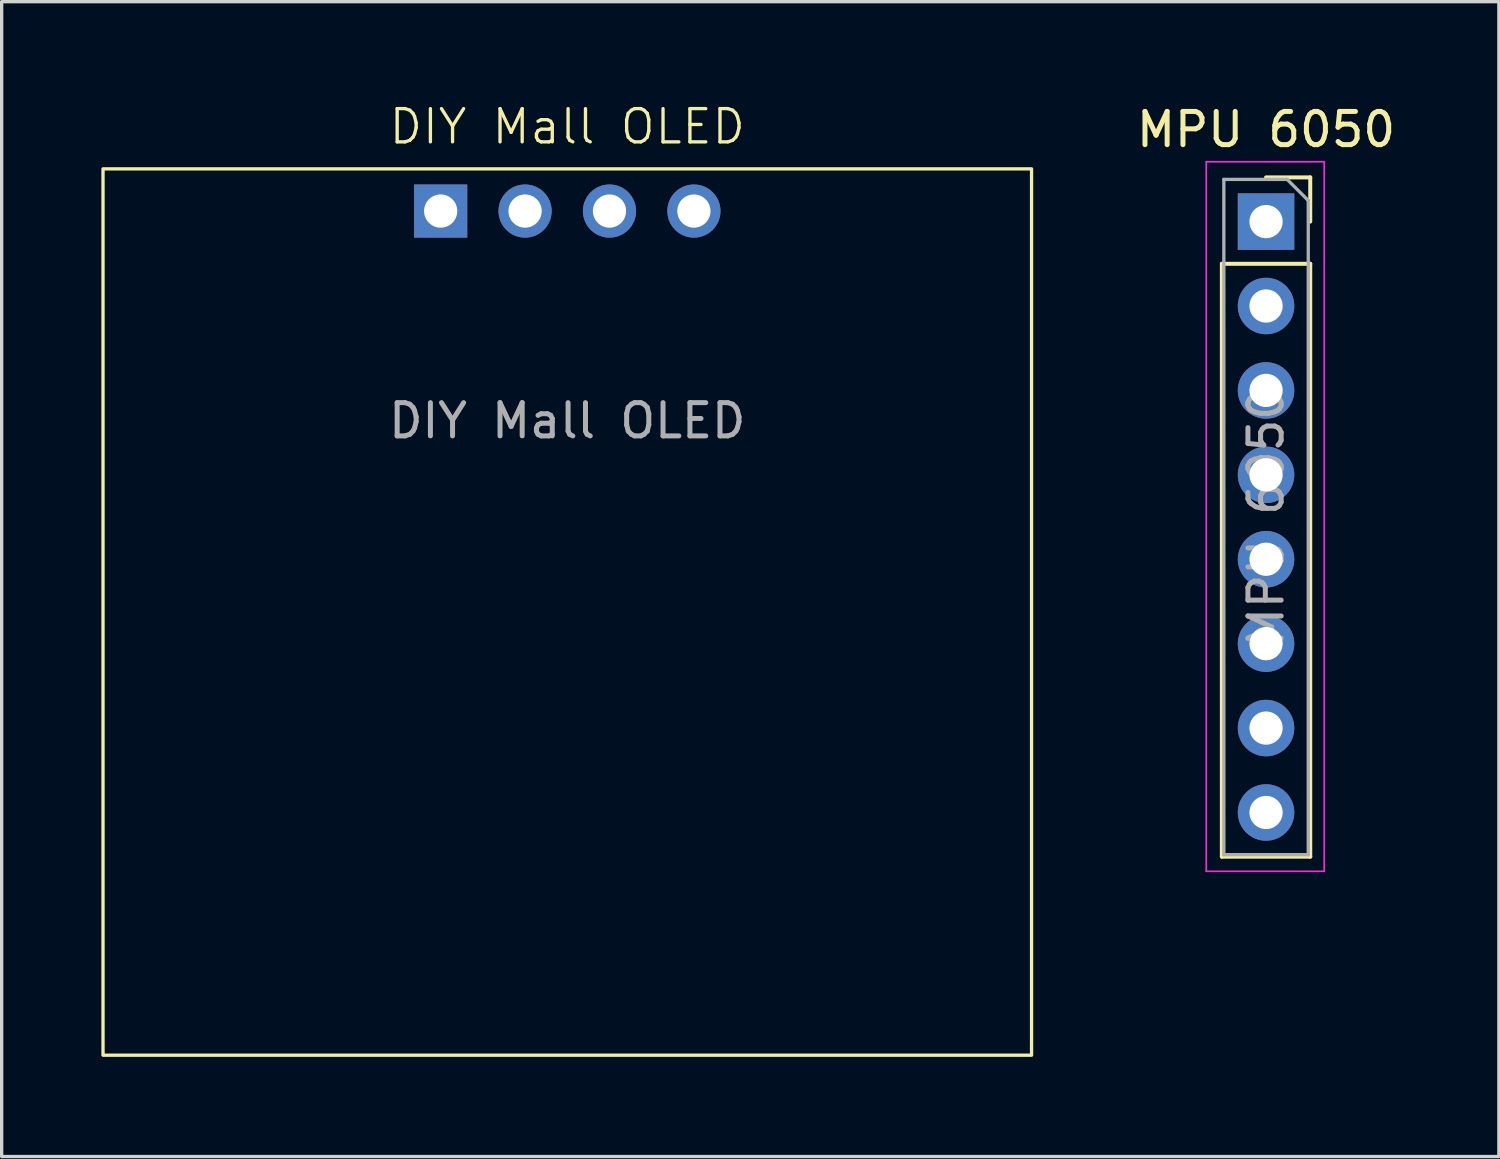
<source format=kicad_pcb>
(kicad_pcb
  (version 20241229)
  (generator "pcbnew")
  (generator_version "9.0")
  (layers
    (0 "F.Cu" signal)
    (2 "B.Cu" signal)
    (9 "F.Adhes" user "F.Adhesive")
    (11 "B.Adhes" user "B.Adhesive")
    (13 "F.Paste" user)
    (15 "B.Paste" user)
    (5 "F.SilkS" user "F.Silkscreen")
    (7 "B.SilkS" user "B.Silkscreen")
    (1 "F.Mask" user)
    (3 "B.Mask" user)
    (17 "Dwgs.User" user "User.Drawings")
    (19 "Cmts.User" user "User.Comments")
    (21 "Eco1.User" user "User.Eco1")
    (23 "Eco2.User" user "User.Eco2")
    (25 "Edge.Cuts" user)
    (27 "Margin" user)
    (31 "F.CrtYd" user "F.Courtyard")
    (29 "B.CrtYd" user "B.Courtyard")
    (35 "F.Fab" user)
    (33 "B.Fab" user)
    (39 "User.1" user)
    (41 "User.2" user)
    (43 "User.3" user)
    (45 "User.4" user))
  (footprint "MPU 6050"
    (layer "F.Cu")
    (at 35.046 3.618)
    (property "Reference" "MPU 6050" (at 0 -2.77 0) (layer "F.SilkS") (effects (font (size 1 1) (thickness 0.15))))
    (attr through_hole)
    (fp_line (start -1.33 1.27) (end -1.33 19.11) (stroke (width 0.12) (type solid)) (layer "F.SilkS"))
    (fp_line (start -1.33 1.27) (end 1.33 1.27) (stroke (width 0.12) (type solid)) (layer "F.SilkS"))
    (fp_line (start -1.33 19.11) (end 1.33 19.11) (stroke (width 0.12) (type solid)) (layer "F.SilkS"))
    (fp_line (start 0 -1.33) (end 1.33 -1.33) (stroke (width 0.12) (type solid)) (layer "F.SilkS"))
    (fp_line (start 1.33 -1.33) (end 1.33 0) (stroke (width 0.12) (type solid)) (layer "F.SilkS"))
    (fp_line (start 1.33 1.27) (end 1.33 19.11) (stroke (width 0.12) (type solid)) (layer "F.SilkS"))
    (fp_line (start -1.8 -1.8) (end 1.75 -1.8) (stroke (width 0.05) (type solid)) (layer "F.CrtYd"))
    (fp_line (start -1.8 19.55) (end -1.8 -1.8) (stroke (width 0.05) (type solid)) (layer "F.CrtYd"))
    (fp_line (start 1.75 -1.8) (end 1.75 19.55) (stroke (width 0.05) (type solid)) (layer "F.CrtYd"))
    (fp_line (start 1.75 19.55) (end -1.8 19.55) (stroke (width 0.05) (type solid)) (layer "F.CrtYd"))
    (fp_line (start -1.27 -1.27) (end 0.635 -1.27) (stroke (width 0.1) (type solid)) (layer "F.Fab"))
    (fp_line (start -1.27 19.05) (end -1.27 -1.27) (stroke (width 0.1) (type solid)) (layer "F.Fab"))
    (fp_line (start 0.635 -1.27) (end 1.27 -0.635) (stroke (width 0.1) (type solid)) (layer "F.Fab"))
    (fp_line (start 1.27 -0.635) (end 1.27 19.05) (stroke (width 0.1) (type solid)) (layer "F.Fab"))
    (fp_line (start 1.27 19.05) (end -1.27 19.05) (stroke (width 0.1) (type solid)) (layer "F.Fab"))
    (fp_text user "${REFERENCE}" (at 0 8.89 90) (layer "F.Fab") (effects (font (size 1 1) (thickness 0.15))))
    (pad "1" thru_hole rect (at 0 0) (size 1.7 1.7) (drill 1) (layers "*.Cu" "*.Mask"))
    (pad "2" thru_hole oval (at 0 2.54) (size 1.7 1.7) (drill 1) (layers "*.Cu" "*.Mask"))
    (pad "3" thru_hole oval (at 0 5.08) (size 1.7 1.7) (drill 1) (layers "*.Cu" "*.Mask"))
    (pad "4" thru_hole oval (at 0 7.62) (size 1.7 1.7) (drill 1) (layers "*.Cu" "*.Mask"))
    (pad "5" thru_hole oval (at 0 10.16) (size 1.7 1.7) (drill 1) (layers "*.Cu" "*.Mask"))
    (pad "6" thru_hole oval (at 0 12.7) (size 1.7 1.7) (drill 1) (layers "*.Cu" "*.Mask"))
    (pad "7" thru_hole oval (at 0 15.24) (size 1.7 1.7) (drill 1) (layers "*.Cu" "*.Mask"))
    (pad "8" thru_hole oval (at 0 17.78) (size 1.7 1.7) (drill 1) (layers "*.Cu" "*.Mask")))
  (footprint "DIY Mall OLED"
    (layer "F.Cu")
    (at 14.02 7.111)
    (property "Reference" "DIY Mall OLED" (at 0 -6.35 0) (unlocked yes) (layer "F.SilkS") (effects (font (size 1 1) (thickness 0.1))))
    (attr through_hole)
    (fp_rect (start -13.97 -5.08) (end 13.97 21.59) (stroke (width 0.1) (type solid)) (fill no) (layer "F.SilkS"))
    (fp_text user "${REFERENCE}" (at 0 2.5 0) (unlocked yes) (layer "F.Fab") (effects (font (size 1 1) (thickness 0.15))))
    (pad "1" thru_hole rect (at -3.81 -3.81) (size 1.6 1.6) (drill 1) (layers "*.Cu" "*.Mask"))
    (pad "2" thru_hole circle (at -1.27 -3.81) (size 1.6 1.6) (drill 1) (layers "*.Cu" "*.Mask"))
    (pad "3" thru_hole circle (at 1.27 -3.81) (size 1.6 1.6) (drill 1) (layers "*.Cu" "*.Mask"))
    (pad "4" thru_hole circle (at 3.81 -3.81) (size 1.6 1.6) (drill 1) (layers "*.Cu" "*.Mask")))
  (gr_rect
    (start -3 -3)
    (end 42.052 31.75)
    (stroke (width 0.1) (type default))
    (fill no)
    (layer "Edge.Cuts")))
</source>
